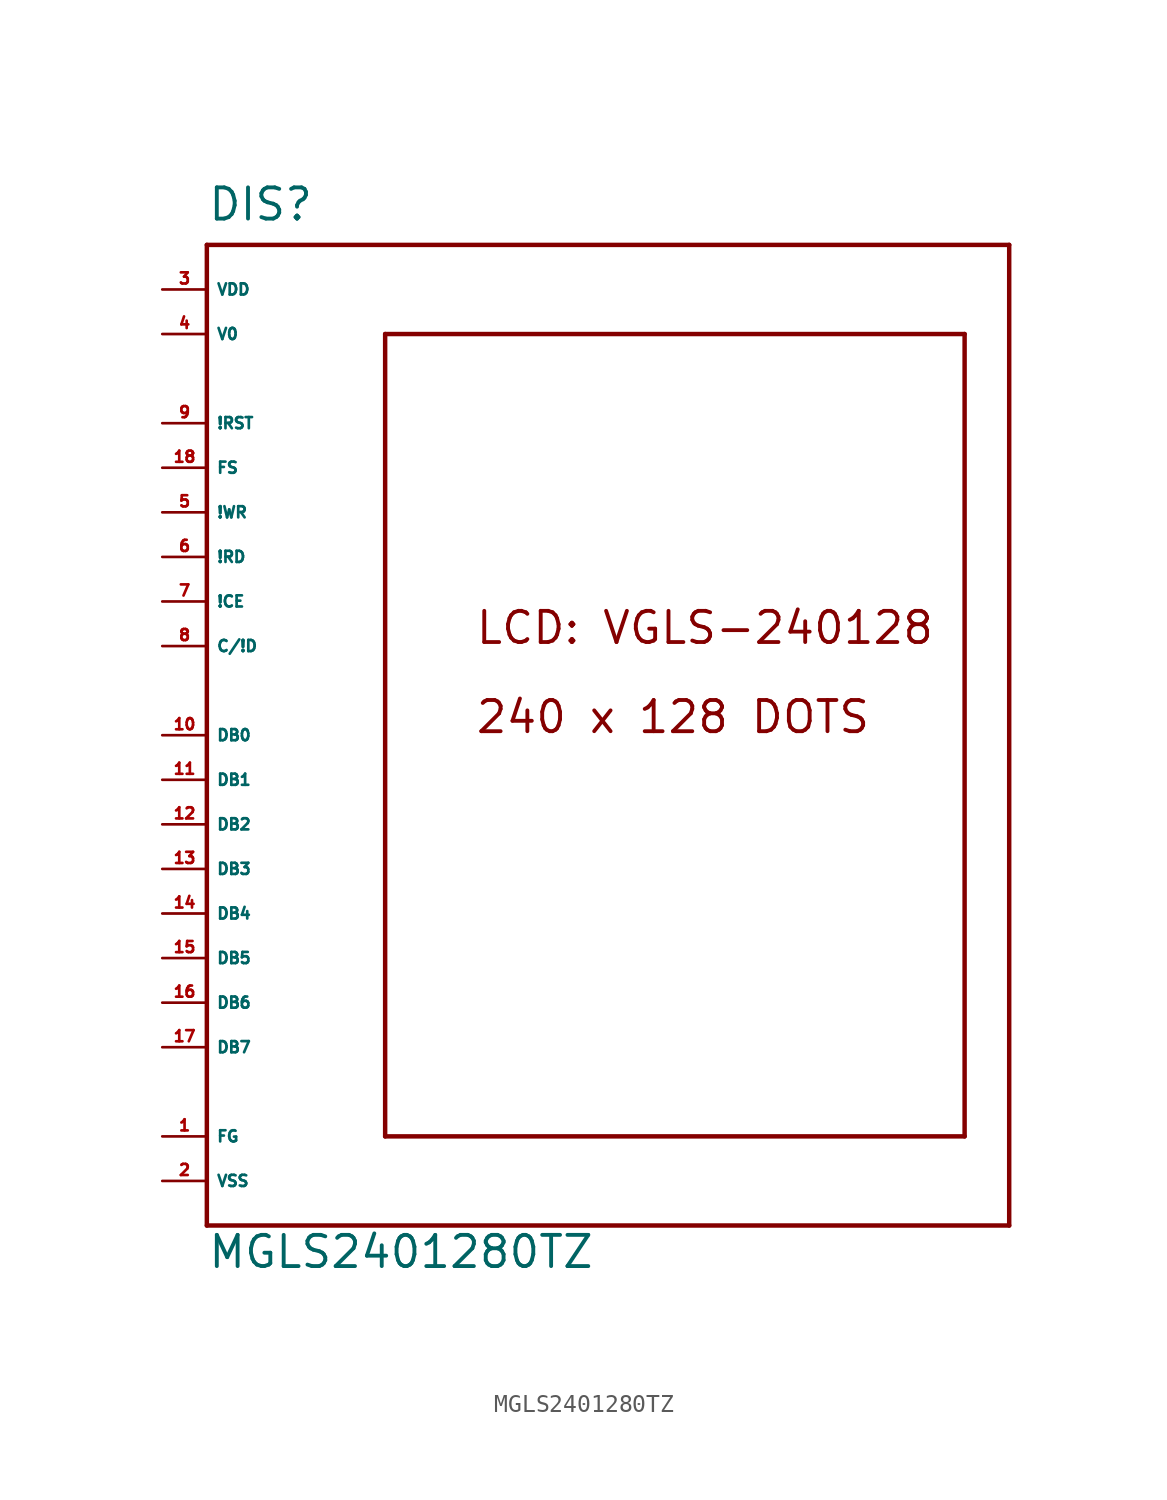
<source format=kicad_sym>
(kicad_symbol_lib
  (version 20220914)
  (generator Eagle2Kicad)
  (symbol "MGLS2401280TZ"
    (property "Reference" "DIS"
      (at -5.08 31.75 0)
      (effects (font (size 1.778 1.778) (thickness 0.22)) (justify left bottom)))
    (property "Value" "MGLS2401280TZ"
      (at -5.08 -27.94 0)
      (effects (font (size 1.778 1.778) (thickness 0.22)) (justify left bottom)))
    (polyline
      (pts (xy -5.08 30.48) (xy 40.64 30.48))
      (stroke (width 0.254) (type default))
      (fill (type none)))
    (polyline
      (pts (xy 40.64 30.48) (xy 40.64 -25.4))
      (stroke (width 0.254) (type default))
      (fill (type none)))
    (polyline
      (pts (xy 40.64 -25.4) (xy -5.08 -25.4))
      (stroke (width 0.254) (type default))
      (fill (type none)))
    (polyline
      (pts (xy -5.08 -25.4) (xy -5.08 30.48))
      (stroke (width 0.254) (type default))
      (fill (type none)))
    (polyline
      (pts (xy 5.08 25.4) (xy 38.1 25.4))
      (stroke (width 0.254) (type default))
      (fill (type none)))
    (polyline
      (pts (xy 38.1 25.4) (xy 38.1 -20.32))
      (stroke (width 0.254) (type default))
      (fill (type none)))
    (polyline
      (pts (xy 38.1 -20.32) (xy 5.08 -20.32))
      (stroke (width 0.254) (type default))
      (fill (type none)))
    (polyline
      (pts (xy 5.08 -20.32) (xy 5.08 25.4))
      (stroke (width 0.254) (type default))
      (fill (type none)))
    (text "LCD: VGLS-240128"
      (at 10.16 7.62 0)
      (effects (font (size 1.778 1.778) (thickness 0.22)) (justify left bottom)))
    (text "240 x 128 DOTS"
      (at 10.16 2.54 0)
      (effects (font (size 1.778 1.778) (thickness 0.22)) (justify left bottom)))
    (pin input line
      (at -7.62 17.78 0)
      (length 2.54)
      (name "FS" (effects (font (size 0.635 0.635) (thickness 0.08)) (justify left bottom)))
      (number "18" (effects (font (size 0.635 0.635) (thickness 0.08)) (justify left bottom))))
    (pin input line
      (at -7.62 15.24 0)
      (length 2.54)
      (name "!WR" (effects (font (size 0.635 0.635) (thickness 0.08)) (justify left bottom)))
      (number "5" (effects (font (size 0.635 0.635) (thickness 0.08)) (justify left bottom))))
    (pin input line
      (at -7.62 12.7 0)
      (length 2.54)
      (name "!RD" (effects (font (size 0.635 0.635) (thickness 0.08)) (justify left bottom)))
      (number "6" (effects (font (size 0.635 0.635) (thickness 0.08)) (justify left bottom))))
    (pin input line
      (at -7.62 10.16 0)
      (length 2.54)
      (name "!CE" (effects (font (size 0.635 0.635) (thickness 0.08)) (justify left bottom)))
      (number "7" (effects (font (size 0.635 0.635) (thickness 0.08)) (justify left bottom))))
    (pin input line
      (at -7.62 7.62 0)
      (length 2.54)
      (name "C/!D" (effects (font (size 0.635 0.635) (thickness 0.08)) (justify left bottom)))
      (number "8" (effects (font (size 0.635 0.635) (thickness 0.08)) (justify left bottom))))
    (pin bidirectional line
      (at -7.62 2.54 0)
      (length 2.54)
      (name "DB0" (effects (font (size 0.635 0.635) (thickness 0.08)) (justify left bottom)))
      (number "10" (effects (font (size 0.635 0.635) (thickness 0.08)) (justify left bottom))))
    (pin bidirectional line
      (at -7.62 0 0)
      (length 2.54)
      (name "DB1" (effects (font (size 0.635 0.635) (thickness 0.08)) (justify left bottom)))
      (number "11" (effects (font (size 0.635 0.635) (thickness 0.08)) (justify left bottom))))
    (pin bidirectional line
      (at -7.62 -2.54 0)
      (length 2.54)
      (name "DB2" (effects (font (size 0.635 0.635) (thickness 0.08)) (justify left bottom)))
      (number "12" (effects (font (size 0.635 0.635) (thickness 0.08)) (justify left bottom))))
    (pin bidirectional line
      (at -7.62 -5.08 0)
      (length 2.54)
      (name "DB3" (effects (font (size 0.635 0.635) (thickness 0.08)) (justify left bottom)))
      (number "13" (effects (font (size 0.635 0.635) (thickness 0.08)) (justify left bottom))))
    (pin bidirectional line
      (at -7.62 -7.62 0)
      (length 2.54)
      (name "DB4" (effects (font (size 0.635 0.635) (thickness 0.08)) (justify left bottom)))
      (number "14" (effects (font (size 0.635 0.635) (thickness 0.08)) (justify left bottom))))
    (pin bidirectional line
      (at -7.62 -10.16 0)
      (length 2.54)
      (name "DB5" (effects (font (size 0.635 0.635) (thickness 0.08)) (justify left bottom)))
      (number "15" (effects (font (size 0.635 0.635) (thickness 0.08)) (justify left bottom))))
    (pin bidirectional line
      (at -7.62 -12.7 0)
      (length 2.54)
      (name "DB6" (effects (font (size 0.635 0.635) (thickness 0.08)) (justify left bottom)))
      (number "16" (effects (font (size 0.635 0.635) (thickness 0.08)) (justify left bottom))))
    (pin bidirectional line
      (at -7.62 -15.24 0)
      (length 2.54)
      (name "DB7" (effects (font (size 0.635 0.635) (thickness 0.08)) (justify left bottom)))
      (number "17" (effects (font (size 0.635 0.635) (thickness 0.08)) (justify left bottom))))
    (pin input line
      (at -7.62 -20.32 0)
      (length 2.54)
      (name "FG" (effects (font (size 0.635 0.635) (thickness 0.08)) (justify left bottom)))
      (number "1" (effects (font (size 0.635 0.635) (thickness 0.08)) (justify left bottom))))
    (pin input line
      (at -7.62 -22.86 0)
      (length 2.54)
      (name "VSS" (effects (font (size 0.635 0.635) (thickness 0.08)) (justify left bottom)))
      (number "2" (effects (font (size 0.635 0.635) (thickness 0.08)) (justify left bottom))))
    (pin input line
      (at -7.62 27.94 0)
      (length 2.54)
      (name "VDD" (effects (font (size 0.635 0.635) (thickness 0.08)) (justify left bottom)))
      (number "3" (effects (font (size 0.635 0.635) (thickness 0.08)) (justify left bottom))))
    (pin input line
      (at -7.62 25.4 0)
      (length 2.54)
      (name "V0" (effects (font (size 0.635 0.635) (thickness 0.08)) (justify left bottom)))
      (number "4" (effects (font (size 0.635 0.635) (thickness 0.08)) (justify left bottom))))
    (pin input line
      (at -7.62 20.32 0)
      (length 2.54)
      (name "!RST" (effects (font (size 0.635 0.635) (thickness 0.08)) (justify left bottom)))
      (number "9" (effects (font (size 0.635 0.635) (thickness 0.08)) (justify left bottom))))))
</source>
